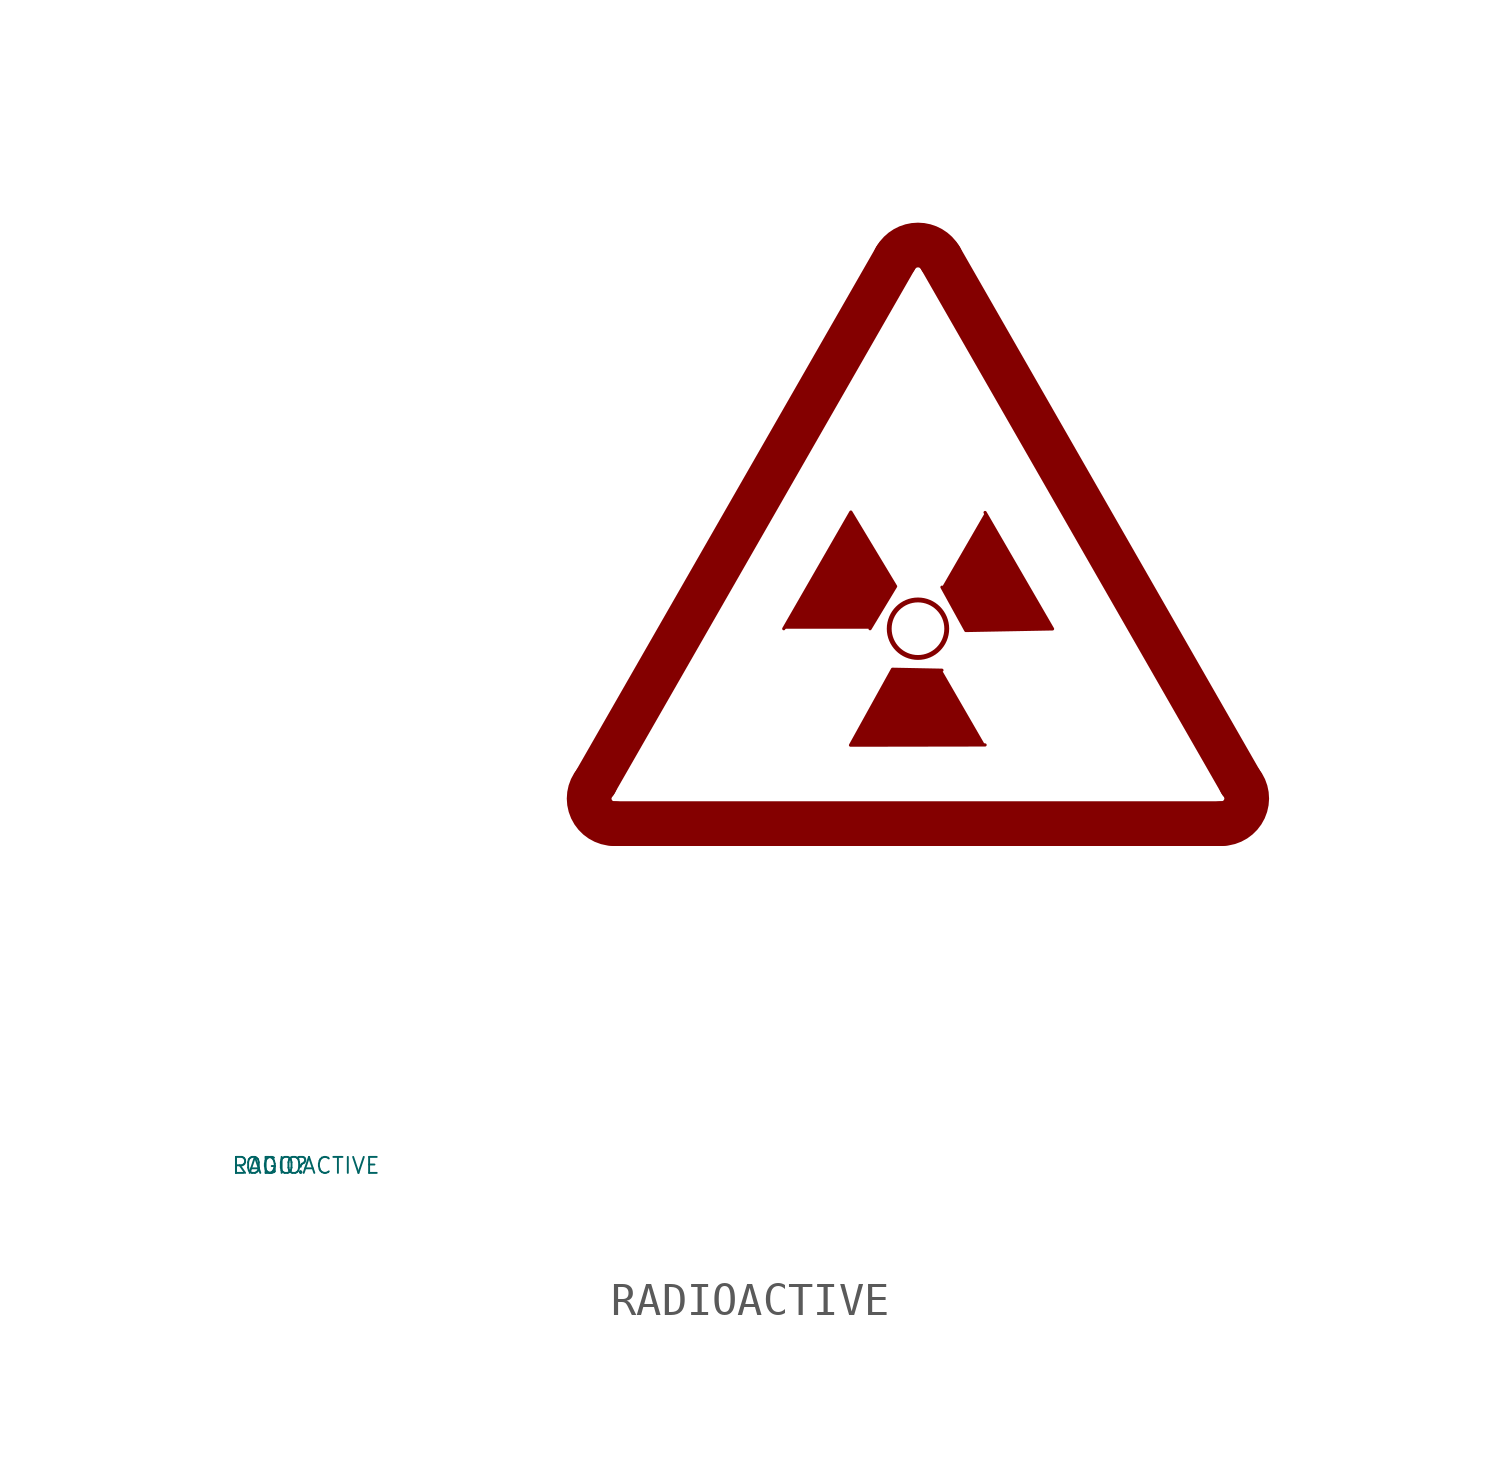
<source format=kicad_sym>
(kicad_symbol_lib
  (version 20220914)
  (generator Eagle2Kicad)
  (symbol "RADIOACTIVE"
    (property "Reference" "LOGO"
      (at -10 -10 0)
      (effects (font (size 0.5 0.5) (thickness 0.06)) (justify left)))
    (property "Value" "RADIOACTIVE"
      (at -10 -10 0)
      (effects (font (size 0.5 0.5) (thickness 0.06)) (justify left)))
    (polyline
      (pts (xy 7.3 6.8) (xy 9.4 10.45) (xy 10.8 8.125) (xy 10 6.8))
      (stroke (width 0.1) (type default))
      (fill (type outline)))
    (polyline
      (pts (xy 13.6 3.163) (xy 9.389 3.156) (xy 10.703 5.531) (xy 12.25 5.501))
      (stroke (width 0.1) (type default))
      (fill (type outline)))
    (polyline
      (pts (xy 13.6 10.437) (xy 15.711 6.794) (xy 12.997 6.744) (xy 12.25 8.099))
      (stroke (width 0.1) (type default))
      (fill (type outline)))
    (polyline
      (pts (xy 2 0.7) (xy 21 0.7))
      (stroke (width 1.4) (type default))
      (fill (type none)))
    (arc
      (start 21 0.7)
      (mid 21.716 1.158)
      (end 21.6 2)
      (stroke (width 1.4) (type default))
      (fill (type none)))
    (polyline
      (pts (xy 21.6 2) (xy 12.2 18.4))
      (stroke (width 1.4) (type default))
      (fill (type none)))
    (arc
      (start 12.2 18.4)
      (mid 11.500 18.806)
      (end 10.8 18.4)
      (stroke (width 1.4) (type default))
      (fill (type none)))
    (arc
      (start 1.4 2)
      (mid 1.284 1.158)
      (end 2 0.7)
      (stroke (width 1.4) (type default))
      (fill (type none)))
    (polyline
      (pts (xy 1.4 2) (xy 10.8 18.4))
      (stroke (width 1.4) (type default))
      (fill (type none)))
    (circle
      (center 11.5 6.8)
      (radius 0.9)
      (stroke (width 0) (type default))
      (fill (type none)))))
</source>
